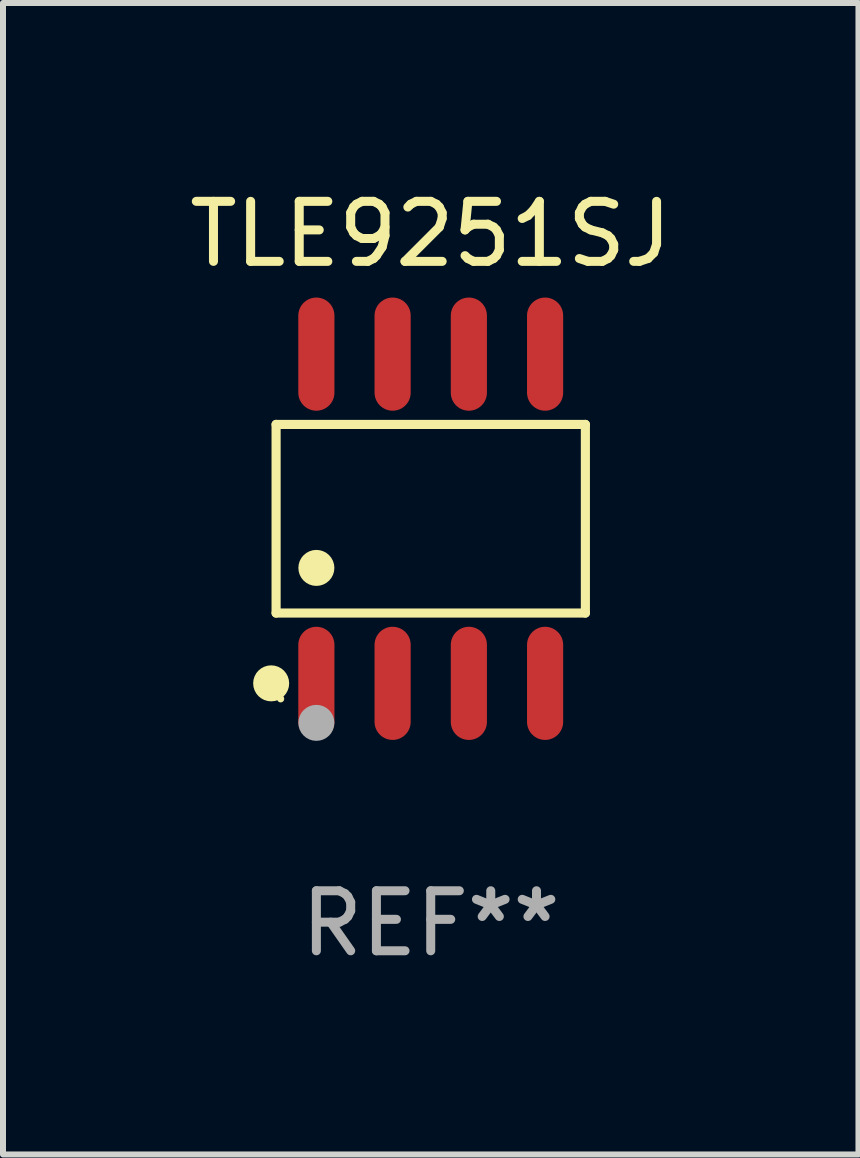
<source format=kicad_pcb>
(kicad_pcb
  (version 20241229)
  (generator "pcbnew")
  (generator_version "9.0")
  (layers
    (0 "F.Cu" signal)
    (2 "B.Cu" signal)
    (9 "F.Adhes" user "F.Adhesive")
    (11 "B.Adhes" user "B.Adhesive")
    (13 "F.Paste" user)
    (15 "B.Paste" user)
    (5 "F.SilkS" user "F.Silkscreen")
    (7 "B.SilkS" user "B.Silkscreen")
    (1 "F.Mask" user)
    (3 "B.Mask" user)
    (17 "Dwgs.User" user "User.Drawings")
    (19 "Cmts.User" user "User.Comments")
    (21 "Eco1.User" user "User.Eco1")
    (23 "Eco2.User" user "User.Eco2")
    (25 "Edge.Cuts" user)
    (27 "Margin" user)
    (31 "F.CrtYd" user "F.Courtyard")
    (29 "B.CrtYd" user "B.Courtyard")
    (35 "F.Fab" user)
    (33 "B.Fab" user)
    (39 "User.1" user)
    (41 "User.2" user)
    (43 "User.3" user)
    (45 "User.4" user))
  (footprint "TLE9251SJ"
    (layer "F.Cu")
    (at 4.125 5.591)
    (property "Reference" "TLE9251SJ" (at 0 -4.742 0) (layer "F.SilkS") (effects (font (size 1 1) (thickness 0.15))))
    (attr through_hole)
    (fp_line (start -2.576 -1.571) (end 2.576 -1.571) (stroke (width 0.152) (type solid)) (layer "F.SilkS"))
    (fp_line (start -2.576 1.571) (end -2.576 -1.571) (stroke (width 0.152) (type solid)) (layer "F.SilkS"))
    (fp_line (start 2.576 -1.571) (end 2.576 1.571) (stroke (width 0.152) (type solid)) (layer "F.SilkS"))
    (fp_line (start 2.576 1.571) (end -2.576 1.571) (stroke (width 0.152) (type solid)) (layer "F.SilkS"))
    (fp_circle (center -2.658 2.742) (end -2.508 2.742) (stroke (width 0.3) (type solid)) (fill no) (layer "F.SilkS"))
    (fp_circle (center -2.5 3) (end -2.47 3) (stroke (width 0.06) (type solid)) (fill no) (layer "F.SilkS"))
    (fp_circle (center -1.905 0.819) (end -1.755 0.819) (stroke (width 0.3) (type solid)) (fill no) (layer "F.SilkS"))
    (fp_circle (center -1.905 3.4) (end -1.755 3.4) (stroke (width 0.3) (type solid)) (fill no) (layer "F.Fab"))
    (fp_text user "REF**" (at 0 6.742 0) (layer "F.Fab") (effects (font (size 1 1) (thickness 0.15))))
    (pad "1" smd oval (at -1.905 2.742) (size 0.602 1.885) (layers "F.Cu" "F.Mask" "F.Paste"))
    (pad "2" smd oval (at -0.635 2.742) (size 0.602 1.885) (layers "F.Cu" "F.Mask" "F.Paste"))
    (pad "3" smd oval (at 0.635 2.742) (size 0.602 1.885) (layers "F.Cu" "F.Mask" "F.Paste"))
    (pad "4" smd oval (at 1.905 2.742) (size 0.602 1.885) (layers "F.Cu" "F.Mask" "F.Paste"))
    (pad "5" smd oval (at 1.905 -2.742) (size 0.602 1.885) (layers "F.Cu" "F.Mask" "F.Paste"))
    (pad "6" smd oval (at 0.635 -2.742) (size 0.602 1.885) (layers "F.Cu" "F.Mask" "F.Paste"))
    (pad "7" smd oval (at -0.635 -2.742) (size 0.602 1.885) (layers "F.Cu" "F.Mask" "F.Paste"))
    (pad "8" smd oval (at -1.905 -2.742) (size 0.602 1.885) (layers "F.Cu" "F.Mask" "F.Paste")))
  (gr_rect
    (start -3 -3)
    (end 11.25 16.181)
    (stroke (width 0.1) (type default))
    (fill no)
    (layer "Edge.Cuts")))
</source>
